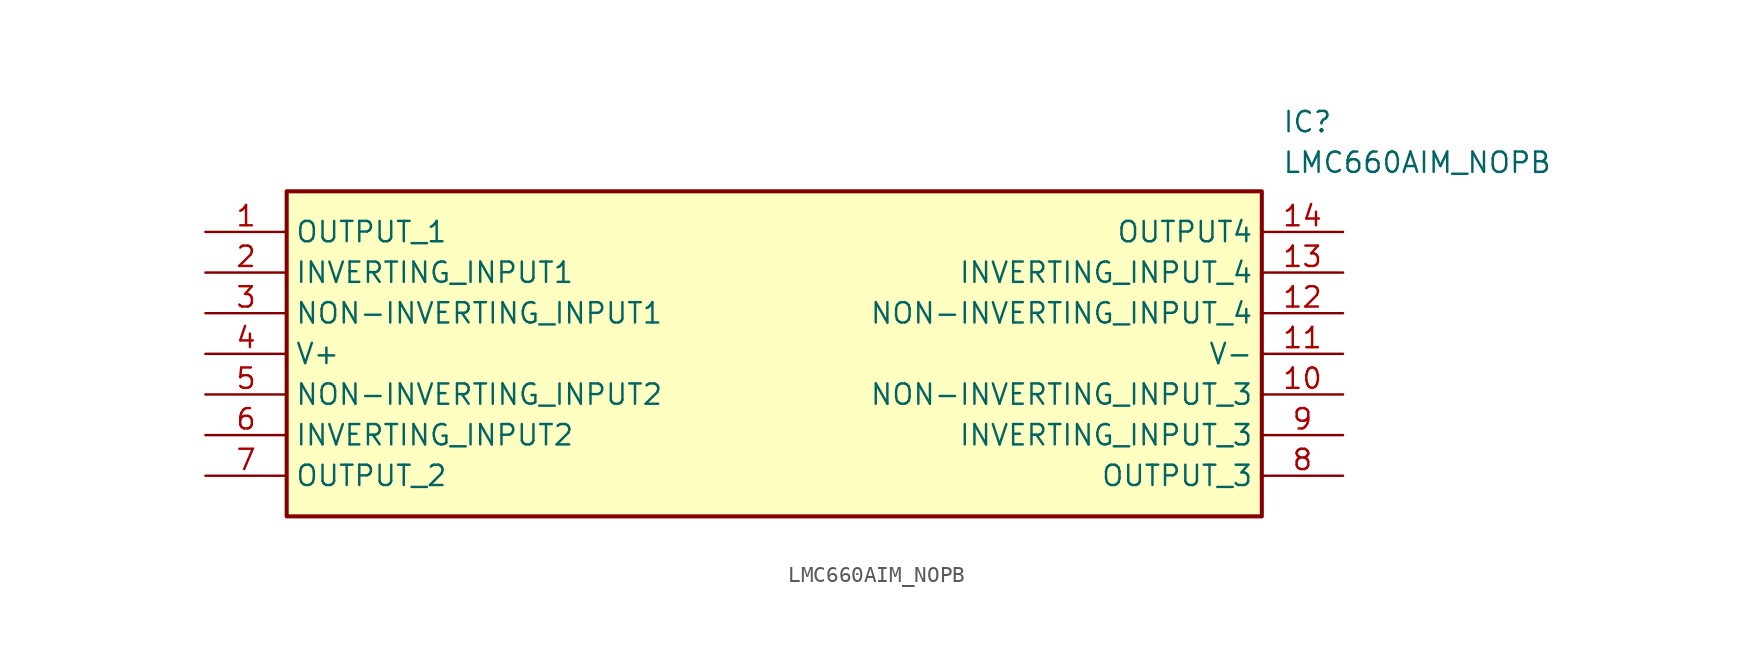
<source format=kicad_sym>
(kicad_symbol_lib
  (version 20211014)
  (generator SamacSys_ECAD_Model)
  (symbol "LMC660AIM_NOPB"
    (property "Reference" "IC"
      (at 67.31 7.62 0)
      (effects (font (size 1.27 1.27)) (justify left top)))
    (property "Value" "LMC660AIM_NOPB"
      (at 67.31 5.08 0)
      (effects (font (size 1.27 1.27)) (justify left top)))
    (rectangle
      (start 5.08 2.54)
      (end 66.04 -17.78)
      (stroke (width 0.254) (type default))
      (fill (type background)))
    (pin passive line
      (at 0 0 0)
      (length 5.08)
      (name "OUTPUT_1" (effects (font (size 1.27 1.27))))
      (number "1" (effects (font (size 1.27 1.27)))))
    (pin passive line
      (at 0 -2.54 0)
      (length 5.08)
      (name "INVERTING_INPUT1" (effects (font (size 1.27 1.27))))
      (number "2" (effects (font (size 1.27 1.27)))))
    (pin passive line
      (at 0 -5.08 0)
      (length 5.08)
      (name "NON-INVERTING_INPUT1" (effects (font (size 1.27 1.27))))
      (number "3" (effects (font (size 1.27 1.27)))))
    (pin passive line
      (at 0 -7.62 0)
      (length 5.08)
      (name "V+" (effects (font (size 1.27 1.27))))
      (number "4" (effects (font (size 1.27 1.27)))))
    (pin passive line
      (at 0 -10.16 0)
      (length 5.08)
      (name "NON-INVERTING_INPUT2" (effects (font (size 1.27 1.27))))
      (number "5" (effects (font (size 1.27 1.27)))))
    (pin passive line
      (at 0 -12.7 0)
      (length 5.08)
      (name "INVERTING_INPUT2" (effects (font (size 1.27 1.27))))
      (number "6" (effects (font (size 1.27 1.27)))))
    (pin passive line
      (at 0 -15.24 0)
      (length 5.08)
      (name "OUTPUT_2" (effects (font (size 1.27 1.27))))
      (number "7" (effects (font (size 1.27 1.27)))))
    (pin passive line
      (at 71.12 0 180)
      (length 5.08)
      (name "OUTPUT4" (effects (font (size 1.27 1.27))))
      (number "14" (effects (font (size 1.27 1.27)))))
    (pin passive line
      (at 71.12 -2.54 180)
      (length 5.08)
      (name "INVERTING_INPUT_4" (effects (font (size 1.27 1.27))))
      (number "13" (effects (font (size 1.27 1.27)))))
    (pin passive line
      (at 71.12 -5.08 180)
      (length 5.08)
      (name "NON-INVERTING_INPUT_4" (effects (font (size 1.27 1.27))))
      (number "12" (effects (font (size 1.27 1.27)))))
    (pin passive line
      (at 71.12 -7.62 180)
      (length 5.08)
      (name "V-" (effects (font (size 1.27 1.27))))
      (number "11" (effects (font (size 1.27 1.27)))))
    (pin passive line
      (at 71.12 -10.16 180)
      (length 5.08)
      (name "NON-INVERTING_INPUT_3" (effects (font (size 1.27 1.27))))
      (number "10" (effects (font (size 1.27 1.27)))))
    (pin passive line
      (at 71.12 -12.7 180)
      (length 5.08)
      (name "INVERTING_INPUT_3" (effects (font (size 1.27 1.27))))
      (number "9" (effects (font (size 1.27 1.27)))))
    (pin passive line
      (at 71.12 -15.24 180)
      (length 5.08)
      (name "OUTPUT_3" (effects (font (size 1.27 1.27))))
      (number "8" (effects (font (size 1.27 1.27)))))))
</source>
